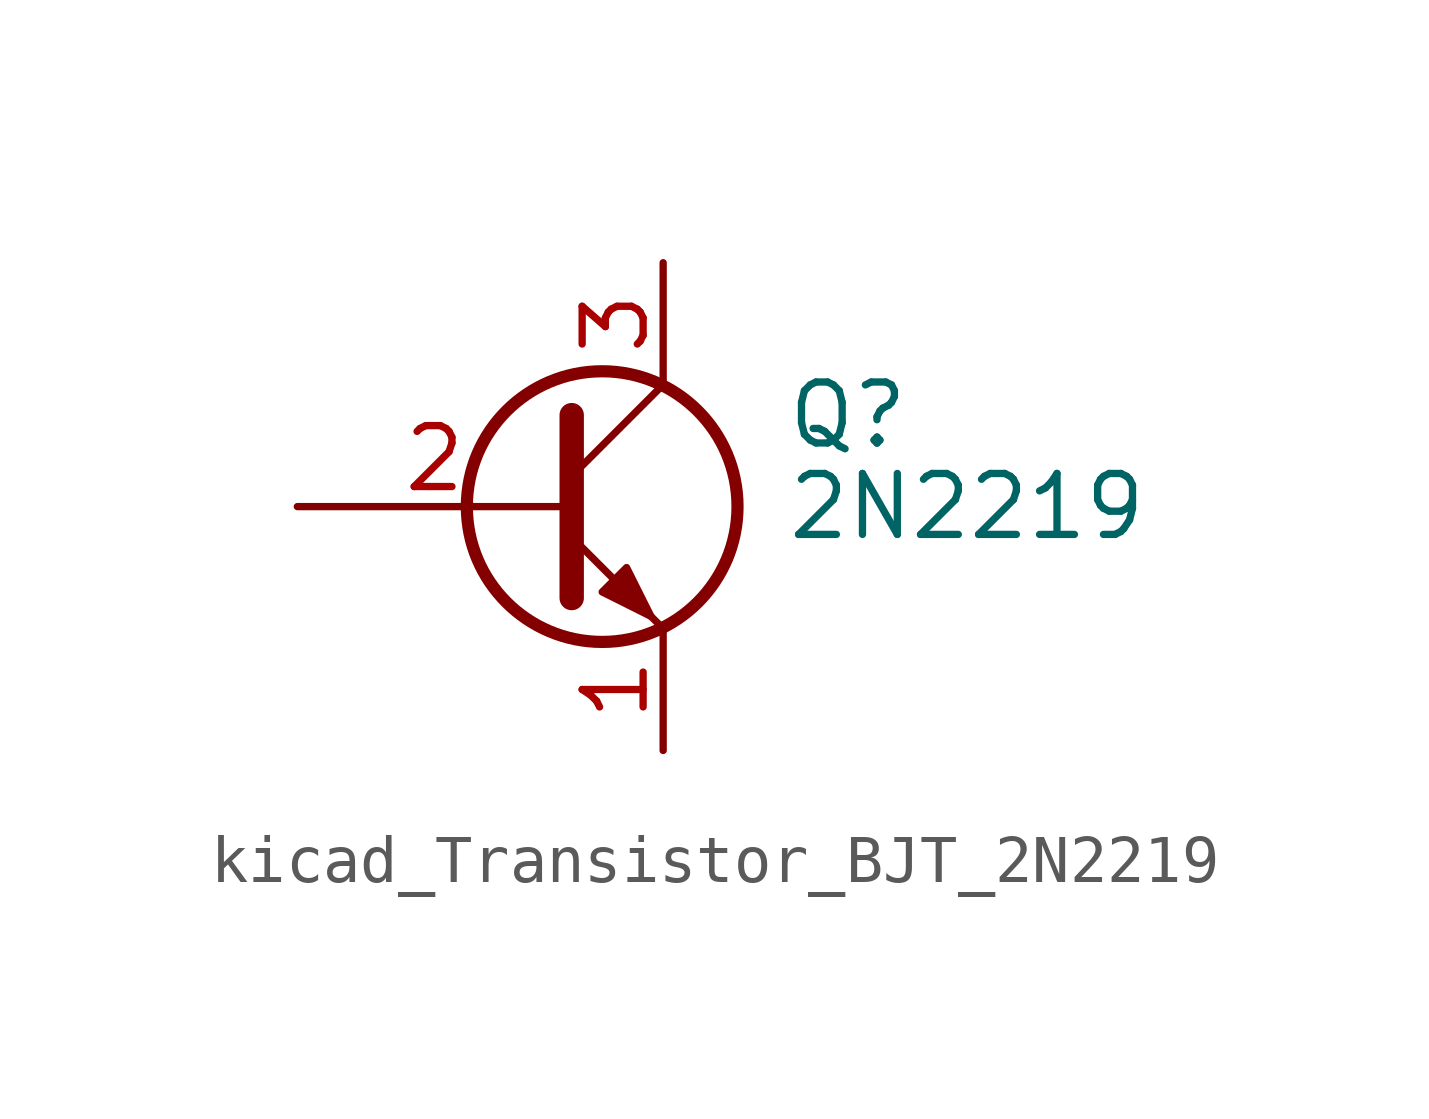
<source format=kicad_sym>
(kicad_symbol_lib
  (version 20220914)
  (generator kicad_symbol_editor)
  (symbol "kicad_Transistor_BJT_2N2219"
    (pin_names
      (offset 0) hide)
    (property "Reference" "Q"
      (at 5.08 1.905 0)
      (effects (font (size 1.27 1.27)) (justify left)))
    (property "Value" "2N2219"
      (at 5.08 0 0)
      (effects (font (size 1.27 1.27)) (justify left)))
    (symbol "kicad_Transistor_BJT_2N2219_0_1"
      (polyline (pts (xy 0.635 0.635) (xy 2.54 2.54)) (stroke (width 0) (type default)) (fill (type none)))
      (polyline (pts (xy 0.635 -0.635) (xy 2.54 -2.54) (xy 2.54 -2.54)) (stroke (width 0) (type default)) (fill (type none)))
      (polyline (pts (xy 0.635 1.905) (xy 0.635 -1.905) (xy 0.635 -1.905)) (stroke (width 0.508) (type default)) (fill (type none)))
      (polyline (pts (xy 1.27 -1.778) (xy 1.778 -1.27) (xy 2.286 -2.286) (xy 1.27 -1.778) (xy 1.27 -1.778)) (stroke (width 0) (type default)) (fill (type outline)))
      (circle (center 1.27 0) (radius 2.819) (stroke (width 0.254) (type default)) (fill (type none))))
    (symbol "kicad_Transistor_BJT_2N2219_1_1"
      (pin passive line (at 2.54 -5.08 90) (length 2.54) (name "E" (effects (font (size 1.27 1.27)))) (number "1" (effects (font (size 1.27 1.27)))))
      (pin passive line (at -5.08 0 0) (length 5.715) (name "B" (effects (font (size 1.27 1.27)))) (number "2" (effects (font (size 1.27 1.27)))))
      (pin passive line (at 2.54 5.08 270) (length 2.54) (name "C" (effects (font (size 1.27 1.27)))) (number "3" (effects (font (size 1.27 1.27))))))))
</source>
